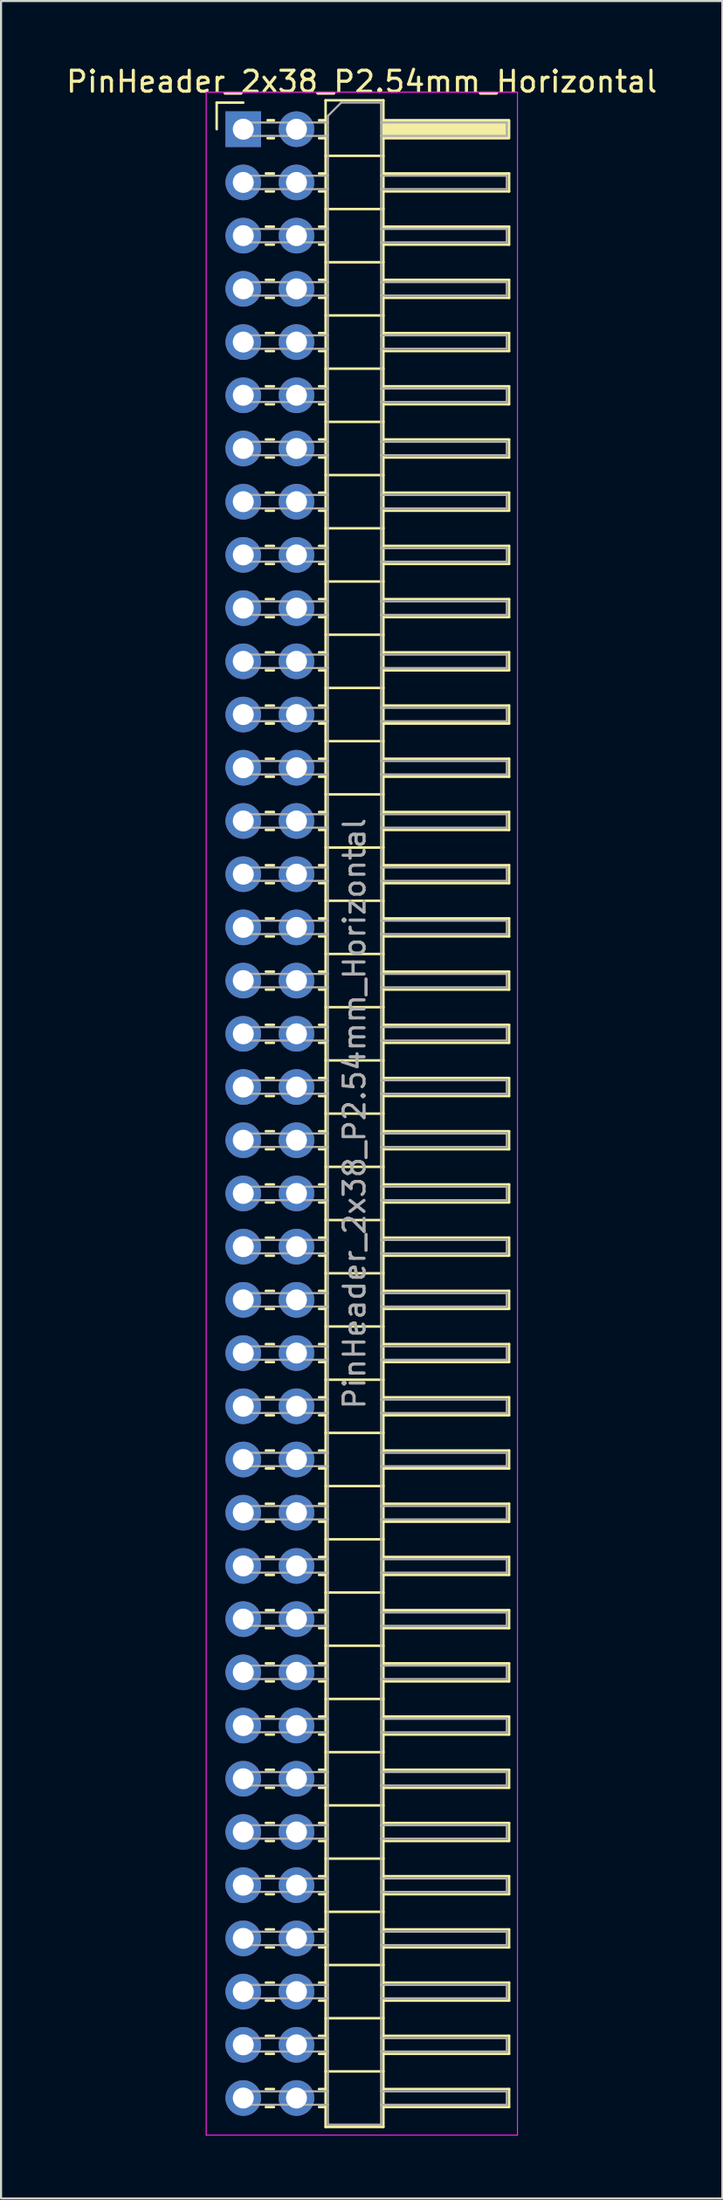
<source format=kicad_pcb>
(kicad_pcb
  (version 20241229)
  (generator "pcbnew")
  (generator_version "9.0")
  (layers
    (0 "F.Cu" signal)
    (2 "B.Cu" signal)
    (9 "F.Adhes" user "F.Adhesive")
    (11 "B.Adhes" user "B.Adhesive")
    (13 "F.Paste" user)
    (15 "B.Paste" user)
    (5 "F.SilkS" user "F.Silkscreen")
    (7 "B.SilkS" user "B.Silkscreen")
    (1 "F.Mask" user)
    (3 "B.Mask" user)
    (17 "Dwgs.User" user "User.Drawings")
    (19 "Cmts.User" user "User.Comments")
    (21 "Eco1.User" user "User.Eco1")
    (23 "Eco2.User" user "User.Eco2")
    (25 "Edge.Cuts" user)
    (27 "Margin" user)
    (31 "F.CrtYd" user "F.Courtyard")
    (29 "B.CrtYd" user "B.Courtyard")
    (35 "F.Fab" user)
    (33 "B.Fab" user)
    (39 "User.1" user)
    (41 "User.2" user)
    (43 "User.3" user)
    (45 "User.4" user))
  (footprint "PinHeader_2x38_P2.54mm_Horizontal"
    (layer "F.Cu")
    (at 8.565 3.118)
    (property "Reference" "PinHeader_2x38_P2.54mm_Horizontal" (at 5.655 -2.27 0) (layer "F.SilkS") (effects (font (size 1 1) (thickness 0.15))))
    (attr through_hole)
    (fp_line (start -1.27 -1.27) (end 0 -1.27) (stroke (width 0.12) (type solid)) (layer "F.SilkS"))
    (fp_line (start -1.27 0) (end -1.27 -1.27) (stroke (width 0.12) (type solid)) (layer "F.SilkS"))
    (fp_line (start 1.077 2.11) (end 1.463 2.11) (stroke (width 0.12) (type solid)) (layer "F.SilkS"))
    (fp_line (start 1.077 2.97) (end 1.463 2.97) (stroke (width 0.12) (type solid)) (layer "F.SilkS"))
    (fp_line (start 1.077 4.65) (end 1.463 4.65) (stroke (width 0.12) (type solid)) (layer "F.SilkS"))
    (fp_line (start 1.077 5.51) (end 1.463 5.51) (stroke (width 0.12) (type solid)) (layer "F.SilkS"))
    (fp_line (start 1.077 7.19) (end 1.463 7.19) (stroke (width 0.12) (type solid)) (layer "F.SilkS"))
    (fp_line (start 1.077 8.05) (end 1.463 8.05) (stroke (width 0.12) (type solid)) (layer "F.SilkS"))
    (fp_line (start 1.077 9.73) (end 1.463 9.73) (stroke (width 0.12) (type solid)) (layer "F.SilkS"))
    (fp_line (start 1.077 10.59) (end 1.463 10.59) (stroke (width 0.12) (type solid)) (layer "F.SilkS"))
    (fp_line (start 1.077 12.27) (end 1.463 12.27) (stroke (width 0.12) (type solid)) (layer "F.SilkS"))
    (fp_line (start 1.077 13.13) (end 1.463 13.13) (stroke (width 0.12) (type solid)) (layer "F.SilkS"))
    (fp_line (start 1.077 14.81) (end 1.463 14.81) (stroke (width 0.12) (type solid)) (layer "F.SilkS"))
    (fp_line (start 1.077 15.67) (end 1.463 15.67) (stroke (width 0.12) (type solid)) (layer "F.SilkS"))
    (fp_line (start 1.077 17.35) (end 1.463 17.35) (stroke (width 0.12) (type solid)) (layer "F.SilkS"))
    (fp_line (start 1.077 18.21) (end 1.463 18.21) (stroke (width 0.12) (type solid)) (layer "F.SilkS"))
    (fp_line (start 1.077 19.89) (end 1.463 19.89) (stroke (width 0.12) (type solid)) (layer "F.SilkS"))
    (fp_line (start 1.077 20.75) (end 1.463 20.75) (stroke (width 0.12) (type solid)) (layer "F.SilkS"))
    (fp_line (start 1.077 22.43) (end 1.463 22.43) (stroke (width 0.12) (type solid)) (layer "F.SilkS"))
    (fp_line (start 1.077 23.29) (end 1.463 23.29) (stroke (width 0.12) (type solid)) (layer "F.SilkS"))
    (fp_line (start 1.077 24.97) (end 1.463 24.97) (stroke (width 0.12) (type solid)) (layer "F.SilkS"))
    (fp_line (start 1.077 25.83) (end 1.463 25.83) (stroke (width 0.12) (type solid)) (layer "F.SilkS"))
    (fp_line (start 1.077 27.51) (end 1.463 27.51) (stroke (width 0.12) (type solid)) (layer "F.SilkS"))
    (fp_line (start 1.077 28.37) (end 1.463 28.37) (stroke (width 0.12) (type solid)) (layer "F.SilkS"))
    (fp_line (start 1.077 30.05) (end 1.463 30.05) (stroke (width 0.12) (type solid)) (layer "F.SilkS"))
    (fp_line (start 1.077 30.91) (end 1.463 30.91) (stroke (width 0.12) (type solid)) (layer "F.SilkS"))
    (fp_line (start 1.077 32.59) (end 1.463 32.59) (stroke (width 0.12) (type solid)) (layer "F.SilkS"))
    (fp_line (start 1.077 33.45) (end 1.463 33.45) (stroke (width 0.12) (type solid)) (layer "F.SilkS"))
    (fp_line (start 1.077 35.13) (end 1.463 35.13) (stroke (width 0.12) (type solid)) (layer "F.SilkS"))
    (fp_line (start 1.077 35.99) (end 1.463 35.99) (stroke (width 0.12) (type solid)) (layer "F.SilkS"))
    (fp_line (start 1.077 37.67) (end 1.463 37.67) (stroke (width 0.12) (type solid)) (layer "F.SilkS"))
    (fp_line (start 1.077 38.53) (end 1.463 38.53) (stroke (width 0.12) (type solid)) (layer "F.SilkS"))
    (fp_line (start 1.077 40.21) (end 1.463 40.21) (stroke (width 0.12) (type solid)) (layer "F.SilkS"))
    (fp_line (start 1.077 41.07) (end 1.463 41.07) (stroke (width 0.12) (type solid)) (layer "F.SilkS"))
    (fp_line (start 1.077 42.75) (end 1.463 42.75) (stroke (width 0.12) (type solid)) (layer "F.SilkS"))
    (fp_line (start 1.077 43.61) (end 1.463 43.61) (stroke (width 0.12) (type solid)) (layer "F.SilkS"))
    (fp_line (start 1.077 45.29) (end 1.463 45.29) (stroke (width 0.12) (type solid)) (layer "F.SilkS"))
    (fp_line (start 1.077 46.15) (end 1.463 46.15) (stroke (width 0.12) (type solid)) (layer "F.SilkS"))
    (fp_line (start 1.077 47.83) (end 1.463 47.83) (stroke (width 0.12) (type solid)) (layer "F.SilkS"))
    (fp_line (start 1.077 48.69) (end 1.463 48.69) (stroke (width 0.12) (type solid)) (layer "F.SilkS"))
    (fp_line (start 1.077 50.37) (end 1.463 50.37) (stroke (width 0.12) (type solid)) (layer "F.SilkS"))
    (fp_line (start 1.077 51.23) (end 1.463 51.23) (stroke (width 0.12) (type solid)) (layer "F.SilkS"))
    (fp_line (start 1.077 52.91) (end 1.463 52.91) (stroke (width 0.12) (type solid)) (layer "F.SilkS"))
    (fp_line (start 1.077 53.77) (end 1.463 53.77) (stroke (width 0.12) (type solid)) (layer "F.SilkS"))
    (fp_line (start 1.077 55.45) (end 1.463 55.45) (stroke (width 0.12) (type solid)) (layer "F.SilkS"))
    (fp_line (start 1.077 56.31) (end 1.463 56.31) (stroke (width 0.12) (type solid)) (layer "F.SilkS"))
    (fp_line (start 1.077 57.99) (end 1.463 57.99) (stroke (width 0.12) (type solid)) (layer "F.SilkS"))
    (fp_line (start 1.077 58.85) (end 1.463 58.85) (stroke (width 0.12) (type solid)) (layer "F.SilkS"))
    (fp_line (start 1.077 60.53) (end 1.463 60.53) (stroke (width 0.12) (type solid)) (layer "F.SilkS"))
    (fp_line (start 1.077 61.39) (end 1.463 61.39) (stroke (width 0.12) (type solid)) (layer "F.SilkS"))
    (fp_line (start 1.077 63.07) (end 1.463 63.07) (stroke (width 0.12) (type solid)) (layer "F.SilkS"))
    (fp_line (start 1.077 63.93) (end 1.463 63.93) (stroke (width 0.12) (type solid)) (layer "F.SilkS"))
    (fp_line (start 1.077 65.61) (end 1.463 65.61) (stroke (width 0.12) (type solid)) (layer "F.SilkS"))
    (fp_line (start 1.077 66.47) (end 1.463 66.47) (stroke (width 0.12) (type solid)) (layer "F.SilkS"))
    (fp_line (start 1.077 68.15) (end 1.463 68.15) (stroke (width 0.12) (type solid)) (layer "F.SilkS"))
    (fp_line (start 1.077 69.01) (end 1.463 69.01) (stroke (width 0.12) (type solid)) (layer "F.SilkS"))
    (fp_line (start 1.077 70.69) (end 1.463 70.69) (stroke (width 0.12) (type solid)) (layer "F.SilkS"))
    (fp_line (start 1.077 71.55) (end 1.463 71.55) (stroke (width 0.12) (type solid)) (layer "F.SilkS"))
    (fp_line (start 1.077 73.23) (end 1.463 73.23) (stroke (width 0.12) (type solid)) (layer "F.SilkS"))
    (fp_line (start 1.077 74.09) (end 1.463 74.09) (stroke (width 0.12) (type solid)) (layer "F.SilkS"))
    (fp_line (start 1.077 75.77) (end 1.463 75.77) (stroke (width 0.12) (type solid)) (layer "F.SilkS"))
    (fp_line (start 1.077 76.63) (end 1.463 76.63) (stroke (width 0.12) (type solid)) (layer "F.SilkS"))
    (fp_line (start 1.077 78.31) (end 1.463 78.31) (stroke (width 0.12) (type solid)) (layer "F.SilkS"))
    (fp_line (start 1.077 79.17) (end 1.463 79.17) (stroke (width 0.12) (type solid)) (layer "F.SilkS"))
    (fp_line (start 1.077 80.85) (end 1.463 80.85) (stroke (width 0.12) (type solid)) (layer "F.SilkS"))
    (fp_line (start 1.077 81.71) (end 1.463 81.71) (stroke (width 0.12) (type solid)) (layer "F.SilkS"))
    (fp_line (start 1.077 83.39) (end 1.463 83.39) (stroke (width 0.12) (type solid)) (layer "F.SilkS"))
    (fp_line (start 1.077 84.25) (end 1.463 84.25) (stroke (width 0.12) (type solid)) (layer "F.SilkS"))
    (fp_line (start 1.077 85.93) (end 1.463 85.93) (stroke (width 0.12) (type solid)) (layer "F.SilkS"))
    (fp_line (start 1.077 86.79) (end 1.463 86.79) (stroke (width 0.12) (type solid)) (layer "F.SilkS"))
    (fp_line (start 1.077 88.47) (end 1.463 88.47) (stroke (width 0.12) (type solid)) (layer "F.SilkS"))
    (fp_line (start 1.077 89.33) (end 1.463 89.33) (stroke (width 0.12) (type solid)) (layer "F.SilkS"))
    (fp_line (start 1.077 91.01) (end 1.463 91.01) (stroke (width 0.12) (type solid)) (layer "F.SilkS"))
    (fp_line (start 1.077 91.87) (end 1.463 91.87) (stroke (width 0.12) (type solid)) (layer "F.SilkS"))
    (fp_line (start 1.077 93.55) (end 1.463 93.55) (stroke (width 0.12) (type solid)) (layer "F.SilkS"))
    (fp_line (start 1.077 94.41) (end 1.463 94.41) (stroke (width 0.12) (type solid)) (layer "F.SilkS"))
    (fp_line (start 1.16 -0.43) (end 1.463 -0.43) (stroke (width 0.12) (type solid)) (layer "F.SilkS"))
    (fp_line (start 1.16 0.43) (end 1.463 0.43) (stroke (width 0.12) (type solid)) (layer "F.SilkS"))
    (fp_line (start 3.617 -0.43) (end 3.93 -0.43) (stroke (width 0.12) (type solid)) (layer "F.SilkS"))
    (fp_line (start 3.617 0.43) (end 3.93 0.43) (stroke (width 0.12) (type solid)) (layer "F.SilkS"))
    (fp_line (start 3.617 2.11) (end 3.93 2.11) (stroke (width 0.12) (type solid)) (layer "F.SilkS"))
    (fp_line (start 3.617 2.97) (end 3.93 2.97) (stroke (width 0.12) (type solid)) (layer "F.SilkS"))
    (fp_line (start 3.617 4.65) (end 3.93 4.65) (stroke (width 0.12) (type solid)) (layer "F.SilkS"))
    (fp_line (start 3.617 5.51) (end 3.93 5.51) (stroke (width 0.12) (type solid)) (layer "F.SilkS"))
    (fp_line (start 3.617 7.19) (end 3.93 7.19) (stroke (width 0.12) (type solid)) (layer "F.SilkS"))
    (fp_line (start 3.617 8.05) (end 3.93 8.05) (stroke (width 0.12) (type solid)) (layer "F.SilkS"))
    (fp_line (start 3.617 9.73) (end 3.93 9.73) (stroke (width 0.12) (type solid)) (layer "F.SilkS"))
    (fp_line (start 3.617 10.59) (end 3.93 10.59) (stroke (width 0.12) (type solid)) (layer "F.SilkS"))
    (fp_line (start 3.617 12.27) (end 3.93 12.27) (stroke (width 0.12) (type solid)) (layer "F.SilkS"))
    (fp_line (start 3.617 13.13) (end 3.93 13.13) (stroke (width 0.12) (type solid)) (layer "F.SilkS"))
    (fp_line (start 3.617 14.81) (end 3.93 14.81) (stroke (width 0.12) (type solid)) (layer "F.SilkS"))
    (fp_line (start 3.617 15.67) (end 3.93 15.67) (stroke (width 0.12) (type solid)) (layer "F.SilkS"))
    (fp_line (start 3.617 17.35) (end 3.93 17.35) (stroke (width 0.12) (type solid)) (layer "F.SilkS"))
    (fp_line (start 3.617 18.21) (end 3.93 18.21) (stroke (width 0.12) (type solid)) (layer "F.SilkS"))
    (fp_line (start 3.617 19.89) (end 3.93 19.89) (stroke (width 0.12) (type solid)) (layer "F.SilkS"))
    (fp_line (start 3.617 20.75) (end 3.93 20.75) (stroke (width 0.12) (type solid)) (layer "F.SilkS"))
    (fp_line (start 3.617 22.43) (end 3.93 22.43) (stroke (width 0.12) (type solid)) (layer "F.SilkS"))
    (fp_line (start 3.617 23.29) (end 3.93 23.29) (stroke (width 0.12) (type solid)) (layer "F.SilkS"))
    (fp_line (start 3.617 24.97) (end 3.93 24.97) (stroke (width 0.12) (type solid)) (layer "F.SilkS"))
    (fp_line (start 3.617 25.83) (end 3.93 25.83) (stroke (width 0.12) (type solid)) (layer "F.SilkS"))
    (fp_line (start 3.617 27.51) (end 3.93 27.51) (stroke (width 0.12) (type solid)) (layer "F.SilkS"))
    (fp_line (start 3.617 28.37) (end 3.93 28.37) (stroke (width 0.12) (type solid)) (layer "F.SilkS"))
    (fp_line (start 3.617 30.05) (end 3.93 30.05) (stroke (width 0.12) (type solid)) (layer "F.SilkS"))
    (fp_line (start 3.617 30.91) (end 3.93 30.91) (stroke (width 0.12) (type solid)) (layer "F.SilkS"))
    (fp_line (start 3.617 32.59) (end 3.93 32.59) (stroke (width 0.12) (type solid)) (layer "F.SilkS"))
    (fp_line (start 3.617 33.45) (end 3.93 33.45) (stroke (width 0.12) (type solid)) (layer "F.SilkS"))
    (fp_line (start 3.617 35.13) (end 3.93 35.13) (stroke (width 0.12) (type solid)) (layer "F.SilkS"))
    (fp_line (start 3.617 35.99) (end 3.93 35.99) (stroke (width 0.12) (type solid)) (layer "F.SilkS"))
    (fp_line (start 3.617 37.67) (end 3.93 37.67) (stroke (width 0.12) (type solid)) (layer "F.SilkS"))
    (fp_line (start 3.617 38.53) (end 3.93 38.53) (stroke (width 0.12) (type solid)) (layer "F.SilkS"))
    (fp_line (start 3.617 40.21) (end 3.93 40.21) (stroke (width 0.12) (type solid)) (layer "F.SilkS"))
    (fp_line (start 3.617 41.07) (end 3.93 41.07) (stroke (width 0.12) (type solid)) (layer "F.SilkS"))
    (fp_line (start 3.617 42.75) (end 3.93 42.75) (stroke (width 0.12) (type solid)) (layer "F.SilkS"))
    (fp_line (start 3.617 43.61) (end 3.93 43.61) (stroke (width 0.12) (type solid)) (layer "F.SilkS"))
    (fp_line (start 3.617 45.29) (end 3.93 45.29) (stroke (width 0.12) (type solid)) (layer "F.SilkS"))
    (fp_line (start 3.617 46.15) (end 3.93 46.15) (stroke (width 0.12) (type solid)) (layer "F.SilkS"))
    (fp_line (start 3.617 47.83) (end 3.93 47.83) (stroke (width 0.12) (type solid)) (layer "F.SilkS"))
    (fp_line (start 3.617 48.69) (end 3.93 48.69) (stroke (width 0.12) (type solid)) (layer "F.SilkS"))
    (fp_line (start 3.617 50.37) (end 3.93 50.37) (stroke (width 0.12) (type solid)) (layer "F.SilkS"))
    (fp_line (start 3.617 51.23) (end 3.93 51.23) (stroke (width 0.12) (type solid)) (layer "F.SilkS"))
    (fp_line (start 3.617 52.91) (end 3.93 52.91) (stroke (width 0.12) (type solid)) (layer "F.SilkS"))
    (fp_line (start 3.617 53.77) (end 3.93 53.77) (stroke (width 0.12) (type solid)) (layer "F.SilkS"))
    (fp_line (start 3.617 55.45) (end 3.93 55.45) (stroke (width 0.12) (type solid)) (layer "F.SilkS"))
    (fp_line (start 3.617 56.31) (end 3.93 56.31) (stroke (width 0.12) (type solid)) (layer "F.SilkS"))
    (fp_line (start 3.617 57.99) (end 3.93 57.99) (stroke (width 0.12) (type solid)) (layer "F.SilkS"))
    (fp_line (start 3.617 58.85) (end 3.93 58.85) (stroke (width 0.12) (type solid)) (layer "F.SilkS"))
    (fp_line (start 3.617 60.53) (end 3.93 60.53) (stroke (width 0.12) (type solid)) (layer "F.SilkS"))
    (fp_line (start 3.617 61.39) (end 3.93 61.39) (stroke (width 0.12) (type solid)) (layer "F.SilkS"))
    (fp_line (start 3.617 63.07) (end 3.93 63.07) (stroke (width 0.12) (type solid)) (layer "F.SilkS"))
    (fp_line (start 3.617 63.93) (end 3.93 63.93) (stroke (width 0.12) (type solid)) (layer "F.SilkS"))
    (fp_line (start 3.617 65.61) (end 3.93 65.61) (stroke (width 0.12) (type solid)) (layer "F.SilkS"))
    (fp_line (start 3.617 66.47) (end 3.93 66.47) (stroke (width 0.12) (type solid)) (layer "F.SilkS"))
    (fp_line (start 3.617 68.15) (end 3.93 68.15) (stroke (width 0.12) (type solid)) (layer "F.SilkS"))
    (fp_line (start 3.617 69.01) (end 3.93 69.01) (stroke (width 0.12) (type solid)) (layer "F.SilkS"))
    (fp_line (start 3.617 70.69) (end 3.93 70.69) (stroke (width 0.12) (type solid)) (layer "F.SilkS"))
    (fp_line (start 3.617 71.55) (end 3.93 71.55) (stroke (width 0.12) (type solid)) (layer "F.SilkS"))
    (fp_line (start 3.617 73.23) (end 3.93 73.23) (stroke (width 0.12) (type solid)) (layer "F.SilkS"))
    (fp_line (start 3.617 74.09) (end 3.93 74.09) (stroke (width 0.12) (type solid)) (layer "F.SilkS"))
    (fp_line (start 3.617 75.77) (end 3.93 75.77) (stroke (width 0.12) (type solid)) (layer "F.SilkS"))
    (fp_line (start 3.617 76.63) (end 3.93 76.63) (stroke (width 0.12) (type solid)) (layer "F.SilkS"))
    (fp_line (start 3.617 78.31) (end 3.93 78.31) (stroke (width 0.12) (type solid)) (layer "F.SilkS"))
    (fp_line (start 3.617 79.17) (end 3.93 79.17) (stroke (width 0.12) (type solid)) (layer "F.SilkS"))
    (fp_line (start 3.617 80.85) (end 3.93 80.85) (stroke (width 0.12) (type solid)) (layer "F.SilkS"))
    (fp_line (start 3.617 81.71) (end 3.93 81.71) (stroke (width 0.12) (type solid)) (layer "F.SilkS"))
    (fp_line (start 3.617 83.39) (end 3.93 83.39) (stroke (width 0.12) (type solid)) (layer "F.SilkS"))
    (fp_line (start 3.617 84.25) (end 3.93 84.25) (stroke (width 0.12) (type solid)) (layer "F.SilkS"))
    (fp_line (start 3.617 85.93) (end 3.93 85.93) (stroke (width 0.12) (type solid)) (layer "F.SilkS"))
    (fp_line (start 3.617 86.79) (end 3.93 86.79) (stroke (width 0.12) (type solid)) (layer "F.SilkS"))
    (fp_line (start 3.617 88.47) (end 3.93 88.47) (stroke (width 0.12) (type solid)) (layer "F.SilkS"))
    (fp_line (start 3.617 89.33) (end 3.93 89.33) (stroke (width 0.12) (type solid)) (layer "F.SilkS"))
    (fp_line (start 3.617 91.01) (end 3.93 91.01) (stroke (width 0.12) (type solid)) (layer "F.SilkS"))
    (fp_line (start 3.617 91.87) (end 3.93 91.87) (stroke (width 0.12) (type solid)) (layer "F.SilkS"))
    (fp_line (start 3.617 93.55) (end 3.93 93.55) (stroke (width 0.12) (type solid)) (layer "F.SilkS"))
    (fp_line (start 3.617 94.41) (end 3.93 94.41) (stroke (width 0.12) (type solid)) (layer "F.SilkS"))
    (fp_line (start 3.93 -1.38) (end 3.93 95.36) (stroke (width 0.12) (type solid)) (layer "F.SilkS"))
    (fp_line (start 3.93 1.27) (end 6.69 1.27) (stroke (width 0.12) (type solid)) (layer "F.SilkS"))
    (fp_line (start 3.93 3.81) (end 6.69 3.81) (stroke (width 0.12) (type solid)) (layer "F.SilkS"))
    (fp_line (start 3.93 6.35) (end 6.69 6.35) (stroke (width 0.12) (type solid)) (layer "F.SilkS"))
    (fp_line (start 3.93 8.89) (end 6.69 8.89) (stroke (width 0.12) (type solid)) (layer "F.SilkS"))
    (fp_line (start 3.93 11.43) (end 6.69 11.43) (stroke (width 0.12) (type solid)) (layer "F.SilkS"))
    (fp_line (start 3.93 13.97) (end 6.69 13.97) (stroke (width 0.12) (type solid)) (layer "F.SilkS"))
    (fp_line (start 3.93 16.51) (end 6.69 16.51) (stroke (width 0.12) (type solid)) (layer "F.SilkS"))
    (fp_line (start 3.93 19.05) (end 6.69 19.05) (stroke (width 0.12) (type solid)) (layer "F.SilkS"))
    (fp_line (start 3.93 21.59) (end 6.69 21.59) (stroke (width 0.12) (type solid)) (layer "F.SilkS"))
    (fp_line (start 3.93 24.13) (end 6.69 24.13) (stroke (width 0.12) (type solid)) (layer "F.SilkS"))
    (fp_line (start 3.93 26.67) (end 6.69 26.67) (stroke (width 0.12) (type solid)) (layer "F.SilkS"))
    (fp_line (start 3.93 29.21) (end 6.69 29.21) (stroke (width 0.12) (type solid)) (layer "F.SilkS"))
    (fp_line (start 3.93 31.75) (end 6.69 31.75) (stroke (width 0.12) (type solid)) (layer "F.SilkS"))
    (fp_line (start 3.93 34.29) (end 6.69 34.29) (stroke (width 0.12) (type solid)) (layer "F.SilkS"))
    (fp_line (start 3.93 36.83) (end 6.69 36.83) (stroke (width 0.12) (type solid)) (layer "F.SilkS"))
    (fp_line (start 3.93 39.37) (end 6.69 39.37) (stroke (width 0.12) (type solid)) (layer "F.SilkS"))
    (fp_line (start 3.93 41.91) (end 6.69 41.91) (stroke (width 0.12) (type solid)) (layer "F.SilkS"))
    (fp_line (start 3.93 44.45) (end 6.69 44.45) (stroke (width 0.12) (type solid)) (layer "F.SilkS"))
    (fp_line (start 3.93 46.99) (end 6.69 46.99) (stroke (width 0.12) (type solid)) (layer "F.SilkS"))
    (fp_line (start 3.93 49.53) (end 6.69 49.53) (stroke (width 0.12) (type solid)) (layer "F.SilkS"))
    (fp_line (start 3.93 52.07) (end 6.69 52.07) (stroke (width 0.12) (type solid)) (layer "F.SilkS"))
    (fp_line (start 3.93 54.61) (end 6.69 54.61) (stroke (width 0.12) (type solid)) (layer "F.SilkS"))
    (fp_line (start 3.93 57.15) (end 6.69 57.15) (stroke (width 0.12) (type solid)) (layer "F.SilkS"))
    (fp_line (start 3.93 59.69) (end 6.69 59.69) (stroke (width 0.12) (type solid)) (layer "F.SilkS"))
    (fp_line (start 3.93 62.23) (end 6.69 62.23) (stroke (width 0.12) (type solid)) (layer "F.SilkS"))
    (fp_line (start 3.93 64.77) (end 6.69 64.77) (stroke (width 0.12) (type solid)) (layer "F.SilkS"))
    (fp_line (start 3.93 67.31) (end 6.69 67.31) (stroke (width 0.12) (type solid)) (layer "F.SilkS"))
    (fp_line (start 3.93 69.85) (end 6.69 69.85) (stroke (width 0.12) (type solid)) (layer "F.SilkS"))
    (fp_line (start 3.93 72.39) (end 6.69 72.39) (stroke (width 0.12) (type solid)) (layer "F.SilkS"))
    (fp_line (start 3.93 74.93) (end 6.69 74.93) (stroke (width 0.12) (type solid)) (layer "F.SilkS"))
    (fp_line (start 3.93 77.47) (end 6.69 77.47) (stroke (width 0.12) (type solid)) (layer "F.SilkS"))
    (fp_line (start 3.93 80.01) (end 6.69 80.01) (stroke (width 0.12) (type solid)) (layer "F.SilkS"))
    (fp_line (start 3.93 82.55) (end 6.69 82.55) (stroke (width 0.12) (type solid)) (layer "F.SilkS"))
    (fp_line (start 3.93 85.09) (end 6.69 85.09) (stroke (width 0.12) (type solid)) (layer "F.SilkS"))
    (fp_line (start 3.93 87.63) (end 6.69 87.63) (stroke (width 0.12) (type solid)) (layer "F.SilkS"))
    (fp_line (start 3.93 90.17) (end 6.69 90.17) (stroke (width 0.12) (type solid)) (layer "F.SilkS"))
    (fp_line (start 3.93 92.71) (end 6.69 92.71) (stroke (width 0.12) (type solid)) (layer "F.SilkS"))
    (fp_line (start 3.93 95.36) (end 6.69 95.36) (stroke (width 0.12) (type solid)) (layer "F.SilkS"))
    (fp_line (start 6.69 -1.38) (end 3.93 -1.38) (stroke (width 0.12) (type solid)) (layer "F.SilkS"))
    (fp_line (start 6.69 2.11) (end 12.69 2.11) (stroke (width 0.12) (type solid)) (layer "F.SilkS"))
    (fp_line (start 6.69 4.65) (end 12.69 4.65) (stroke (width 0.12) (type solid)) (layer "F.SilkS"))
    (fp_line (start 6.69 7.19) (end 12.69 7.19) (stroke (width 0.12) (type solid)) (layer "F.SilkS"))
    (fp_line (start 6.69 9.73) (end 12.69 9.73) (stroke (width 0.12) (type solid)) (layer "F.SilkS"))
    (fp_line (start 6.69 12.27) (end 12.69 12.27) (stroke (width 0.12) (type solid)) (layer "F.SilkS"))
    (fp_line (start 6.69 14.81) (end 12.69 14.81) (stroke (width 0.12) (type solid)) (layer "F.SilkS"))
    (fp_line (start 6.69 17.35) (end 12.69 17.35) (stroke (width 0.12) (type solid)) (layer "F.SilkS"))
    (fp_line (start 6.69 19.89) (end 12.69 19.89) (stroke (width 0.12) (type solid)) (layer "F.SilkS"))
    (fp_line (start 6.69 22.43) (end 12.69 22.43) (stroke (width 0.12) (type solid)) (layer "F.SilkS"))
    (fp_line (start 6.69 24.97) (end 12.69 24.97) (stroke (width 0.12) (type solid)) (layer "F.SilkS"))
    (fp_line (start 6.69 27.51) (end 12.69 27.51) (stroke (width 0.12) (type solid)) (layer "F.SilkS"))
    (fp_line (start 6.69 30.05) (end 12.69 30.05) (stroke (width 0.12) (type solid)) (layer "F.SilkS"))
    (fp_line (start 6.69 32.59) (end 12.69 32.59) (stroke (width 0.12) (type solid)) (layer "F.SilkS"))
    (fp_line (start 6.69 35.13) (end 12.69 35.13) (stroke (width 0.12) (type solid)) (layer "F.SilkS"))
    (fp_line (start 6.69 37.67) (end 12.69 37.67) (stroke (width 0.12) (type solid)) (layer "F.SilkS"))
    (fp_line (start 6.69 40.21) (end 12.69 40.21) (stroke (width 0.12) (type solid)) (layer "F.SilkS"))
    (fp_line (start 6.69 42.75) (end 12.69 42.75) (stroke (width 0.12) (type solid)) (layer "F.SilkS"))
    (fp_line (start 6.69 45.29) (end 12.69 45.29) (stroke (width 0.12) (type solid)) (layer "F.SilkS"))
    (fp_line (start 6.69 47.83) (end 12.69 47.83) (stroke (width 0.12) (type solid)) (layer "F.SilkS"))
    (fp_line (start 6.69 50.37) (end 12.69 50.37) (stroke (width 0.12) (type solid)) (layer "F.SilkS"))
    (fp_line (start 6.69 52.91) (end 12.69 52.91) (stroke (width 0.12) (type solid)) (layer "F.SilkS"))
    (fp_line (start 6.69 55.45) (end 12.69 55.45) (stroke (width 0.12) (type solid)) (layer "F.SilkS"))
    (fp_line (start 6.69 57.99) (end 12.69 57.99) (stroke (width 0.12) (type solid)) (layer "F.SilkS"))
    (fp_line (start 6.69 60.53) (end 12.69 60.53) (stroke (width 0.12) (type solid)) (layer "F.SilkS"))
    (fp_line (start 6.69 63.07) (end 12.69 63.07) (stroke (width 0.12) (type solid)) (layer "F.SilkS"))
    (fp_line (start 6.69 65.61) (end 12.69 65.61) (stroke (width 0.12) (type solid)) (layer "F.SilkS"))
    (fp_line (start 6.69 68.15) (end 12.69 68.15) (stroke (width 0.12) (type solid)) (layer "F.SilkS"))
    (fp_line (start 6.69 70.69) (end 12.69 70.69) (stroke (width 0.12) (type solid)) (layer "F.SilkS"))
    (fp_line (start 6.69 73.23) (end 12.69 73.23) (stroke (width 0.12) (type solid)) (layer "F.SilkS"))
    (fp_line (start 6.69 75.77) (end 12.69 75.77) (stroke (width 0.12) (type solid)) (layer "F.SilkS"))
    (fp_line (start 6.69 78.31) (end 12.69 78.31) (stroke (width 0.12) (type solid)) (layer "F.SilkS"))
    (fp_line (start 6.69 80.85) (end 12.69 80.85) (stroke (width 0.12) (type solid)) (layer "F.SilkS"))
    (fp_line (start 6.69 83.39) (end 12.69 83.39) (stroke (width 0.12) (type solid)) (layer "F.SilkS"))
    (fp_line (start 6.69 85.93) (end 12.69 85.93) (stroke (width 0.12) (type solid)) (layer "F.SilkS"))
    (fp_line (start 6.69 88.47) (end 12.69 88.47) (stroke (width 0.12) (type solid)) (layer "F.SilkS"))
    (fp_line (start 6.69 91.01) (end 12.69 91.01) (stroke (width 0.12) (type solid)) (layer "F.SilkS"))
    (fp_line (start 6.69 93.55) (end 12.69 93.55) (stroke (width 0.12) (type solid)) (layer "F.SilkS"))
    (fp_line (start 6.69 95.36) (end 6.69 -1.38) (stroke (width 0.12) (type solid)) (layer "F.SilkS"))
    (fp_line (start 12.69 2.11) (end 12.69 2.97) (stroke (width 0.12) (type solid)) (layer "F.SilkS"))
    (fp_line (start 12.69 2.97) (end 6.69 2.97) (stroke (width 0.12) (type solid)) (layer "F.SilkS"))
    (fp_line (start 12.69 4.65) (end 12.69 5.51) (stroke (width 0.12) (type solid)) (layer "F.SilkS"))
    (fp_line (start 12.69 5.51) (end 6.69 5.51) (stroke (width 0.12) (type solid)) (layer "F.SilkS"))
    (fp_line (start 12.69 7.19) (end 12.69 8.05) (stroke (width 0.12) (type solid)) (layer "F.SilkS"))
    (fp_line (start 12.69 8.05) (end 6.69 8.05) (stroke (width 0.12) (type solid)) (layer "F.SilkS"))
    (fp_line (start 12.69 9.73) (end 12.69 10.59) (stroke (width 0.12) (type solid)) (layer "F.SilkS"))
    (fp_line (start 12.69 10.59) (end 6.69 10.59) (stroke (width 0.12) (type solid)) (layer "F.SilkS"))
    (fp_line (start 12.69 12.27) (end 12.69 13.13) (stroke (width 0.12) (type solid)) (layer "F.SilkS"))
    (fp_line (start 12.69 13.13) (end 6.69 13.13) (stroke (width 0.12) (type solid)) (layer "F.SilkS"))
    (fp_line (start 12.69 14.81) (end 12.69 15.67) (stroke (width 0.12) (type solid)) (layer "F.SilkS"))
    (fp_line (start 12.69 15.67) (end 6.69 15.67) (stroke (width 0.12) (type solid)) (layer "F.SilkS"))
    (fp_line (start 12.69 17.35) (end 12.69 18.21) (stroke (width 0.12) (type solid)) (layer "F.SilkS"))
    (fp_line (start 12.69 18.21) (end 6.69 18.21) (stroke (width 0.12) (type solid)) (layer "F.SilkS"))
    (fp_line (start 12.69 19.89) (end 12.69 20.75) (stroke (width 0.12) (type solid)) (layer "F.SilkS"))
    (fp_line (start 12.69 20.75) (end 6.69 20.75) (stroke (width 0.12) (type solid)) (layer "F.SilkS"))
    (fp_line (start 12.69 22.43) (end 12.69 23.29) (stroke (width 0.12) (type solid)) (layer "F.SilkS"))
    (fp_line (start 12.69 23.29) (end 6.69 23.29) (stroke (width 0.12) (type solid)) (layer "F.SilkS"))
    (fp_line (start 12.69 24.97) (end 12.69 25.83) (stroke (width 0.12) (type solid)) (layer "F.SilkS"))
    (fp_line (start 12.69 25.83) (end 6.69 25.83) (stroke (width 0.12) (type solid)) (layer "F.SilkS"))
    (fp_line (start 12.69 27.51) (end 12.69 28.37) (stroke (width 0.12) (type solid)) (layer "F.SilkS"))
    (fp_line (start 12.69 28.37) (end 6.69 28.37) (stroke (width 0.12) (type solid)) (layer "F.SilkS"))
    (fp_line (start 12.69 30.05) (end 12.69 30.91) (stroke (width 0.12) (type solid)) (layer "F.SilkS"))
    (fp_line (start 12.69 30.91) (end 6.69 30.91) (stroke (width 0.12) (type solid)) (layer "F.SilkS"))
    (fp_line (start 12.69 32.59) (end 12.69 33.45) (stroke (width 0.12) (type solid)) (layer "F.SilkS"))
    (fp_line (start 12.69 33.45) (end 6.69 33.45) (stroke (width 0.12) (type solid)) (layer "F.SilkS"))
    (fp_line (start 12.69 35.13) (end 12.69 35.99) (stroke (width 0.12) (type solid)) (layer "F.SilkS"))
    (fp_line (start 12.69 35.99) (end 6.69 35.99) (stroke (width 0.12) (type solid)) (layer "F.SilkS"))
    (fp_line (start 12.69 37.67) (end 12.69 38.53) (stroke (width 0.12) (type solid)) (layer "F.SilkS"))
    (fp_line (start 12.69 38.53) (end 6.69 38.53) (stroke (width 0.12) (type solid)) (layer "F.SilkS"))
    (fp_line (start 12.69 40.21) (end 12.69 41.07) (stroke (width 0.12) (type solid)) (layer "F.SilkS"))
    (fp_line (start 12.69 41.07) (end 6.69 41.07) (stroke (width 0.12) (type solid)) (layer "F.SilkS"))
    (fp_line (start 12.69 42.75) (end 12.69 43.61) (stroke (width 0.12) (type solid)) (layer "F.SilkS"))
    (fp_line (start 12.69 43.61) (end 6.69 43.61) (stroke (width 0.12) (type solid)) (layer "F.SilkS"))
    (fp_line (start 12.69 45.29) (end 12.69 46.15) (stroke (width 0.12) (type solid)) (layer "F.SilkS"))
    (fp_line (start 12.69 46.15) (end 6.69 46.15) (stroke (width 0.12) (type solid)) (layer "F.SilkS"))
    (fp_line (start 12.69 47.83) (end 12.69 48.69) (stroke (width 0.12) (type solid)) (layer "F.SilkS"))
    (fp_line (start 12.69 48.69) (end 6.69 48.69) (stroke (width 0.12) (type solid)) (layer "F.SilkS"))
    (fp_line (start 12.69 50.37) (end 12.69 51.23) (stroke (width 0.12) (type solid)) (layer "F.SilkS"))
    (fp_line (start 12.69 51.23) (end 6.69 51.23) (stroke (width 0.12) (type solid)) (layer "F.SilkS"))
    (fp_line (start 12.69 52.91) (end 12.69 53.77) (stroke (width 0.12) (type solid)) (layer "F.SilkS"))
    (fp_line (start 12.69 53.77) (end 6.69 53.77) (stroke (width 0.12) (type solid)) (layer "F.SilkS"))
    (fp_line (start 12.69 55.45) (end 12.69 56.31) (stroke (width 0.12) (type solid)) (layer "F.SilkS"))
    (fp_line (start 12.69 56.31) (end 6.69 56.31) (stroke (width 0.12) (type solid)) (layer "F.SilkS"))
    (fp_line (start 12.69 57.99) (end 12.69 58.85) (stroke (width 0.12) (type solid)) (layer "F.SilkS"))
    (fp_line (start 12.69 58.85) (end 6.69 58.85) (stroke (width 0.12) (type solid)) (layer "F.SilkS"))
    (fp_line (start 12.69 60.53) (end 12.69 61.39) (stroke (width 0.12) (type solid)) (layer "F.SilkS"))
    (fp_line (start 12.69 61.39) (end 6.69 61.39) (stroke (width 0.12) (type solid)) (layer "F.SilkS"))
    (fp_line (start 12.69 63.07) (end 12.69 63.93) (stroke (width 0.12) (type solid)) (layer "F.SilkS"))
    (fp_line (start 12.69 63.93) (end 6.69 63.93) (stroke (width 0.12) (type solid)) (layer "F.SilkS"))
    (fp_line (start 12.69 65.61) (end 12.69 66.47) (stroke (width 0.12) (type solid)) (layer "F.SilkS"))
    (fp_line (start 12.69 66.47) (end 6.69 66.47) (stroke (width 0.12) (type solid)) (layer "F.SilkS"))
    (fp_line (start 12.69 68.15) (end 12.69 69.01) (stroke (width 0.12) (type solid)) (layer "F.SilkS"))
    (fp_line (start 12.69 69.01) (end 6.69 69.01) (stroke (width 0.12) (type solid)) (layer "F.SilkS"))
    (fp_line (start 12.69 70.69) (end 12.69 71.55) (stroke (width 0.12) (type solid)) (layer "F.SilkS"))
    (fp_line (start 12.69 71.55) (end 6.69 71.55) (stroke (width 0.12) (type solid)) (layer "F.SilkS"))
    (fp_line (start 12.69 73.23) (end 12.69 74.09) (stroke (width 0.12) (type solid)) (layer "F.SilkS"))
    (fp_line (start 12.69 74.09) (end 6.69 74.09) (stroke (width 0.12) (type solid)) (layer "F.SilkS"))
    (fp_line (start 12.69 75.77) (end 12.69 76.63) (stroke (width 0.12) (type solid)) (layer "F.SilkS"))
    (fp_line (start 12.69 76.63) (end 6.69 76.63) (stroke (width 0.12) (type solid)) (layer "F.SilkS"))
    (fp_line (start 12.69 78.31) (end 12.69 79.17) (stroke (width 0.12) (type solid)) (layer "F.SilkS"))
    (fp_line (start 12.69 79.17) (end 6.69 79.17) (stroke (width 0.12) (type solid)) (layer "F.SilkS"))
    (fp_line (start 12.69 80.85) (end 12.69 81.71) (stroke (width 0.12) (type solid)) (layer "F.SilkS"))
    (fp_line (start 12.69 81.71) (end 6.69 81.71) (stroke (width 0.12) (type solid)) (layer "F.SilkS"))
    (fp_line (start 12.69 83.39) (end 12.69 84.25) (stroke (width 0.12) (type solid)) (layer "F.SilkS"))
    (fp_line (start 12.69 84.25) (end 6.69 84.25) (stroke (width 0.12) (type solid)) (layer "F.SilkS"))
    (fp_line (start 12.69 85.93) (end 12.69 86.79) (stroke (width 0.12) (type solid)) (layer "F.SilkS"))
    (fp_line (start 12.69 86.79) (end 6.69 86.79) (stroke (width 0.12) (type solid)) (layer "F.SilkS"))
    (fp_line (start 12.69 88.47) (end 12.69 89.33) (stroke (width 0.12) (type solid)) (layer "F.SilkS"))
    (fp_line (start 12.69 89.33) (end 6.69 89.33) (stroke (width 0.12) (type solid)) (layer "F.SilkS"))
    (fp_line (start 12.69 91.01) (end 12.69 91.87) (stroke (width 0.12) (type solid)) (layer "F.SilkS"))
    (fp_line (start 12.69 91.87) (end 6.69 91.87) (stroke (width 0.12) (type solid)) (layer "F.SilkS"))
    (fp_line (start 12.69 93.55) (end 12.69 94.41) (stroke (width 0.12) (type solid)) (layer "F.SilkS"))
    (fp_line (start 12.69 94.41) (end 6.69 94.41) (stroke (width 0.12) (type solid)) (layer "F.SilkS"))
    (fp_rect (start 6.69 -0.43) (end 12.69 0.43) (stroke (width 0.12) (type solid)) (fill yes) (layer "F.SilkS"))
    (fp_line (start -1.77 -1.77) (end -1.77 95.75) (stroke (width 0.05) (type solid)) (layer "F.CrtYd"))
    (fp_line (start -1.77 95.75) (end 13.09 95.75) (stroke (width 0.05) (type solid)) (layer "F.CrtYd"))
    (fp_line (start 13.09 -1.77) (end -1.77 -1.77) (stroke (width 0.05) (type solid)) (layer "F.CrtYd"))
    (fp_line (start 13.09 95.75) (end 13.09 -1.77) (stroke (width 0.05) (type solid)) (layer "F.CrtYd"))
    (fp_line (start -0.32 -0.32) (end -0.32 0.32) (stroke (width 0.1) (type solid)) (layer "F.Fab"))
    (fp_line (start -0.32 -0.32) (end 4.04 -0.32) (stroke (width 0.1) (type solid)) (layer "F.Fab"))
    (fp_line (start -0.32 0.32) (end 4.04 0.32) (stroke (width 0.1) (type solid)) (layer "F.Fab"))
    (fp_line (start -0.32 2.22) (end -0.32 2.86) (stroke (width 0.1) (type solid)) (layer "F.Fab"))
    (fp_line (start -0.32 2.22) (end 4.04 2.22) (stroke (width 0.1) (type solid)) (layer "F.Fab"))
    (fp_line (start -0.32 2.86) (end 4.04 2.86) (stroke (width 0.1) (type solid)) (layer "F.Fab"))
    (fp_line (start -0.32 4.76) (end -0.32 5.4) (stroke (width 0.1) (type solid)) (layer "F.Fab"))
    (fp_line (start -0.32 4.76) (end 4.04 4.76) (stroke (width 0.1) (type solid)) (layer "F.Fab"))
    (fp_line (start -0.32 5.4) (end 4.04 5.4) (stroke (width 0.1) (type solid)) (layer "F.Fab"))
    (fp_line (start -0.32 7.3) (end -0.32 7.94) (stroke (width 0.1) (type solid)) (layer "F.Fab"))
    (fp_line (start -0.32 7.3) (end 4.04 7.3) (stroke (width 0.1) (type solid)) (layer "F.Fab"))
    (fp_line (start -0.32 7.94) (end 4.04 7.94) (stroke (width 0.1) (type solid)) (layer "F.Fab"))
    (fp_line (start -0.32 9.84) (end -0.32 10.48) (stroke (width 0.1) (type solid)) (layer "F.Fab"))
    (fp_line (start -0.32 9.84) (end 4.04 9.84) (stroke (width 0.1) (type solid)) (layer "F.Fab"))
    (fp_line (start -0.32 10.48) (end 4.04 10.48) (stroke (width 0.1) (type solid)) (layer "F.Fab"))
    (fp_line (start -0.32 12.38) (end -0.32 13.02) (stroke (width 0.1) (type solid)) (layer "F.Fab"))
    (fp_line (start -0.32 12.38) (end 4.04 12.38) (stroke (width 0.1) (type solid)) (layer "F.Fab"))
    (fp_line (start -0.32 13.02) (end 4.04 13.02) (stroke (width 0.1) (type solid)) (layer "F.Fab"))
    (fp_line (start -0.32 14.92) (end -0.32 15.56) (stroke (width 0.1) (type solid)) (layer "F.Fab"))
    (fp_line (start -0.32 14.92) (end 4.04 14.92) (stroke (width 0.1) (type solid)) (layer "F.Fab"))
    (fp_line (start -0.32 15.56) (end 4.04 15.56) (stroke (width 0.1) (type solid)) (layer "F.Fab"))
    (fp_line (start -0.32 17.46) (end -0.32 18.1) (stroke (width 0.1) (type solid)) (layer "F.Fab"))
    (fp_line (start -0.32 17.46) (end 4.04 17.46) (stroke (width 0.1) (type solid)) (layer "F.Fab"))
    (fp_line (start -0.32 18.1) (end 4.04 18.1) (stroke (width 0.1) (type solid)) (layer "F.Fab"))
    (fp_line (start -0.32 20) (end -0.32 20.64) (stroke (width 0.1) (type solid)) (layer "F.Fab"))
    (fp_line (start -0.32 20) (end 4.04 20) (stroke (width 0.1) (type solid)) (layer "F.Fab"))
    (fp_line (start -0.32 20.64) (end 4.04 20.64) (stroke (width 0.1) (type solid)) (layer "F.Fab"))
    (fp_line (start -0.32 22.54) (end -0.32 23.18) (stroke (width 0.1) (type solid)) (layer "F.Fab"))
    (fp_line (start -0.32 22.54) (end 4.04 22.54) (stroke (width 0.1) (type solid)) (layer "F.Fab"))
    (fp_line (start -0.32 23.18) (end 4.04 23.18) (stroke (width 0.1) (type solid)) (layer "F.Fab"))
    (fp_line (start -0.32 25.08) (end -0.32 25.72) (stroke (width 0.1) (type solid)) (layer "F.Fab"))
    (fp_line (start -0.32 25.08) (end 4.04 25.08) (stroke (width 0.1) (type solid)) (layer "F.Fab"))
    (fp_line (start -0.32 25.72) (end 4.04 25.72) (stroke (width 0.1) (type solid)) (layer "F.Fab"))
    (fp_line (start -0.32 27.62) (end -0.32 28.26) (stroke (width 0.1) (type solid)) (layer "F.Fab"))
    (fp_line (start -0.32 27.62) (end 4.04 27.62) (stroke (width 0.1) (type solid)) (layer "F.Fab"))
    (fp_line (start -0.32 28.26) (end 4.04 28.26) (stroke (width 0.1) (type solid)) (layer "F.Fab"))
    (fp_line (start -0.32 30.16) (end -0.32 30.8) (stroke (width 0.1) (type solid)) (layer "F.Fab"))
    (fp_line (start -0.32 30.16) (end 4.04 30.16) (stroke (width 0.1) (type solid)) (layer "F.Fab"))
    (fp_line (start -0.32 30.8) (end 4.04 30.8) (stroke (width 0.1) (type solid)) (layer "F.Fab"))
    (fp_line (start -0.32 32.7) (end -0.32 33.34) (stroke (width 0.1) (type solid)) (layer "F.Fab"))
    (fp_line (start -0.32 32.7) (end 4.04 32.7) (stroke (width 0.1) (type solid)) (layer "F.Fab"))
    (fp_line (start -0.32 33.34) (end 4.04 33.34) (stroke (width 0.1) (type solid)) (layer "F.Fab"))
    (fp_line (start -0.32 35.24) (end -0.32 35.88) (stroke (width 0.1) (type solid)) (layer "F.Fab"))
    (fp_line (start -0.32 35.24) (end 4.04 35.24) (stroke (width 0.1) (type solid)) (layer "F.Fab"))
    (fp_line (start -0.32 35.88) (end 4.04 35.88) (stroke (width 0.1) (type solid)) (layer "F.Fab"))
    (fp_line (start -0.32 37.78) (end -0.32 38.42) (stroke (width 0.1) (type solid)) (layer "F.Fab"))
    (fp_line (start -0.32 37.78) (end 4.04 37.78) (stroke (width 0.1) (type solid)) (layer "F.Fab"))
    (fp_line (start -0.32 38.42) (end 4.04 38.42) (stroke (width 0.1) (type solid)) (layer "F.Fab"))
    (fp_line (start -0.32 40.32) (end -0.32 40.96) (stroke (width 0.1) (type solid)) (layer "F.Fab"))
    (fp_line (start -0.32 40.32) (end 4.04 40.32) (stroke (width 0.1) (type solid)) (layer "F.Fab"))
    (fp_line (start -0.32 40.96) (end 4.04 40.96) (stroke (width 0.1) (type solid)) (layer "F.Fab"))
    (fp_line (start -0.32 42.86) (end -0.32 43.5) (stroke (width 0.1) (type solid)) (layer "F.Fab"))
    (fp_line (start -0.32 42.86) (end 4.04 42.86) (stroke (width 0.1) (type solid)) (layer "F.Fab"))
    (fp_line (start -0.32 43.5) (end 4.04 43.5) (stroke (width 0.1) (type solid)) (layer "F.Fab"))
    (fp_line (start -0.32 45.4) (end -0.32 46.04) (stroke (width 0.1) (type solid)) (layer "F.Fab"))
    (fp_line (start -0.32 45.4) (end 4.04 45.4) (stroke (width 0.1) (type solid)) (layer "F.Fab"))
    (fp_line (start -0.32 46.04) (end 4.04 46.04) (stroke (width 0.1) (type solid)) (layer "F.Fab"))
    (fp_line (start -0.32 47.94) (end -0.32 48.58) (stroke (width 0.1) (type solid)) (layer "F.Fab"))
    (fp_line (start -0.32 47.94) (end 4.04 47.94) (stroke (width 0.1) (type solid)) (layer "F.Fab"))
    (fp_line (start -0.32 48.58) (end 4.04 48.58) (stroke (width 0.1) (type solid)) (layer "F.Fab"))
    (fp_line (start -0.32 50.48) (end -0.32 51.12) (stroke (width 0.1) (type solid)) (layer "F.Fab"))
    (fp_line (start -0.32 50.48) (end 4.04 50.48) (stroke (width 0.1) (type solid)) (layer "F.Fab"))
    (fp_line (start -0.32 51.12) (end 4.04 51.12) (stroke (width 0.1) (type solid)) (layer "F.Fab"))
    (fp_line (start -0.32 53.02) (end -0.32 53.66) (stroke (width 0.1) (type solid)) (layer "F.Fab"))
    (fp_line (start -0.32 53.02) (end 4.04 53.02) (stroke (width 0.1) (type solid)) (layer "F.Fab"))
    (fp_line (start -0.32 53.66) (end 4.04 53.66) (stroke (width 0.1) (type solid)) (layer "F.Fab"))
    (fp_line (start -0.32 55.56) (end -0.32 56.2) (stroke (width 0.1) (type solid)) (layer "F.Fab"))
    (fp_line (start -0.32 55.56) (end 4.04 55.56) (stroke (width 0.1) (type solid)) (layer "F.Fab"))
    (fp_line (start -0.32 56.2) (end 4.04 56.2) (stroke (width 0.1) (type solid)) (layer "F.Fab"))
    (fp_line (start -0.32 58.1) (end -0.32 58.74) (stroke (width 0.1) (type solid)) (layer "F.Fab"))
    (fp_line (start -0.32 58.1) (end 4.04 58.1) (stroke (width 0.1) (type solid)) (layer "F.Fab"))
    (fp_line (start -0.32 58.74) (end 4.04 58.74) (stroke (width 0.1) (type solid)) (layer "F.Fab"))
    (fp_line (start -0.32 60.64) (end -0.32 61.28) (stroke (width 0.1) (type solid)) (layer "F.Fab"))
    (fp_line (start -0.32 60.64) (end 4.04 60.64) (stroke (width 0.1) (type solid)) (layer "F.Fab"))
    (fp_line (start -0.32 61.28) (end 4.04 61.28) (stroke (width 0.1) (type solid)) (layer "F.Fab"))
    (fp_line (start -0.32 63.18) (end -0.32 63.82) (stroke (width 0.1) (type solid)) (layer "F.Fab"))
    (fp_line (start -0.32 63.18) (end 4.04 63.18) (stroke (width 0.1) (type solid)) (layer "F.Fab"))
    (fp_line (start -0.32 63.82) (end 4.04 63.82) (stroke (width 0.1) (type solid)) (layer "F.Fab"))
    (fp_line (start -0.32 65.72) (end -0.32 66.36) (stroke (width 0.1) (type solid)) (layer "F.Fab"))
    (fp_line (start -0.32 65.72) (end 4.04 65.72) (stroke (width 0.1) (type solid)) (layer "F.Fab"))
    (fp_line (start -0.32 66.36) (end 4.04 66.36) (stroke (width 0.1) (type solid)) (layer "F.Fab"))
    (fp_line (start -0.32 68.26) (end -0.32 68.9) (stroke (width 0.1) (type solid)) (layer "F.Fab"))
    (fp_line (start -0.32 68.26) (end 4.04 68.26) (stroke (width 0.1) (type solid)) (layer "F.Fab"))
    (fp_line (start -0.32 68.9) (end 4.04 68.9) (stroke (width 0.1) (type solid)) (layer "F.Fab"))
    (fp_line (start -0.32 70.8) (end -0.32 71.44) (stroke (width 0.1) (type solid)) (layer "F.Fab"))
    (fp_line (start -0.32 70.8) (end 4.04 70.8) (stroke (width 0.1) (type solid)) (layer "F.Fab"))
    (fp_line (start -0.32 71.44) (end 4.04 71.44) (stroke (width 0.1) (type solid)) (layer "F.Fab"))
    (fp_line (start -0.32 73.34) (end -0.32 73.98) (stroke (width 0.1) (type solid)) (layer "F.Fab"))
    (fp_line (start -0.32 73.34) (end 4.04 73.34) (stroke (width 0.1) (type solid)) (layer "F.Fab"))
    (fp_line (start -0.32 73.98) (end 4.04 73.98) (stroke (width 0.1) (type solid)) (layer "F.Fab"))
    (fp_line (start -0.32 75.88) (end -0.32 76.52) (stroke (width 0.1) (type solid)) (layer "F.Fab"))
    (fp_line (start -0.32 75.88) (end 4.04 75.88) (stroke (width 0.1) (type solid)) (layer "F.Fab"))
    (fp_line (start -0.32 76.52) (end 4.04 76.52) (stroke (width 0.1) (type solid)) (layer "F.Fab"))
    (fp_line (start -0.32 78.42) (end -0.32 79.06) (stroke (width 0.1) (type solid)) (layer "F.Fab"))
    (fp_line (start -0.32 78.42) (end 4.04 78.42) (stroke (width 0.1) (type solid)) (layer "F.Fab"))
    (fp_line (start -0.32 79.06) (end 4.04 79.06) (stroke (width 0.1) (type solid)) (layer "F.Fab"))
    (fp_line (start -0.32 80.96) (end -0.32 81.6) (stroke (width 0.1) (type solid)) (layer "F.Fab"))
    (fp_line (start -0.32 80.96) (end 4.04 80.96) (stroke (width 0.1) (type solid)) (layer "F.Fab"))
    (fp_line (start -0.32 81.6) (end 4.04 81.6) (stroke (width 0.1) (type solid)) (layer "F.Fab"))
    (fp_line (start -0.32 83.5) (end -0.32 84.14) (stroke (width 0.1) (type solid)) (layer "F.Fab"))
    (fp_line (start -0.32 83.5) (end 4.04 83.5) (stroke (width 0.1) (type solid)) (layer "F.Fab"))
    (fp_line (start -0.32 84.14) (end 4.04 84.14) (stroke (width 0.1) (type solid)) (layer "F.Fab"))
    (fp_line (start -0.32 86.04) (end -0.32 86.68) (stroke (width 0.1) (type solid)) (layer "F.Fab"))
    (fp_line (start -0.32 86.04) (end 4.04 86.04) (stroke (width 0.1) (type solid)) (layer "F.Fab"))
    (fp_line (start -0.32 86.68) (end 4.04 86.68) (stroke (width 0.1) (type solid)) (layer "F.Fab"))
    (fp_line (start -0.32 88.58) (end -0.32 89.22) (stroke (width 0.1) (type solid)) (layer "F.Fab"))
    (fp_line (start -0.32 88.58) (end 4.04 88.58) (stroke (width 0.1) (type solid)) (layer "F.Fab"))
    (fp_line (start -0.32 89.22) (end 4.04 89.22) (stroke (width 0.1) (type solid)) (layer "F.Fab"))
    (fp_line (start -0.32 91.12) (end -0.32 91.76) (stroke (width 0.1) (type solid)) (layer "F.Fab"))
    (fp_line (start -0.32 91.12) (end 4.04 91.12) (stroke (width 0.1) (type solid)) (layer "F.Fab"))
    (fp_line (start -0.32 91.76) (end 4.04 91.76) (stroke (width 0.1) (type solid)) (layer "F.Fab"))
    (fp_line (start -0.32 93.66) (end -0.32 94.3) (stroke (width 0.1) (type solid)) (layer "F.Fab"))
    (fp_line (start -0.32 93.66) (end 4.04 93.66) (stroke (width 0.1) (type solid)) (layer "F.Fab"))
    (fp_line (start -0.32 94.3) (end 4.04 94.3) (stroke (width 0.1) (type solid)) (layer "F.Fab"))
    (fp_line (start 4.04 -0.635) (end 4.675 -1.27) (stroke (width 0.1) (type solid)) (layer "F.Fab"))
    (fp_line (start 4.04 95.25) (end 4.04 -0.635) (stroke (width 0.1) (type solid)) (layer "F.Fab"))
    (fp_line (start 4.675 -1.27) (end 6.58 -1.27) (stroke (width 0.1) (type solid)) (layer "F.Fab"))
    (fp_line (start 6.58 -1.27) (end 6.58 95.25) (stroke (width 0.1) (type solid)) (layer "F.Fab"))
    (fp_line (start 6.58 -0.32) (end 12.58 -0.32) (stroke (width 0.1) (type solid)) (layer "F.Fab"))
    (fp_line (start 6.58 0.32) (end 12.58 0.32) (stroke (width 0.1) (type solid)) (layer "F.Fab"))
    (fp_line (start 6.58 2.22) (end 12.58 2.22) (stroke (width 0.1) (type solid)) (layer "F.Fab"))
    (fp_line (start 6.58 2.86) (end 12.58 2.86) (stroke (width 0.1) (type solid)) (layer "F.Fab"))
    (fp_line (start 6.58 4.76) (end 12.58 4.76) (stroke (width 0.1) (type solid)) (layer "F.Fab"))
    (fp_line (start 6.58 5.4) (end 12.58 5.4) (stroke (width 0.1) (type solid)) (layer "F.Fab"))
    (fp_line (start 6.58 7.3) (end 12.58 7.3) (stroke (width 0.1) (type solid)) (layer "F.Fab"))
    (fp_line (start 6.58 7.94) (end 12.58 7.94) (stroke (width 0.1) (type solid)) (layer "F.Fab"))
    (fp_line (start 6.58 9.84) (end 12.58 9.84) (stroke (width 0.1) (type solid)) (layer "F.Fab"))
    (fp_line (start 6.58 10.48) (end 12.58 10.48) (stroke (width 0.1) (type solid)) (layer "F.Fab"))
    (fp_line (start 6.58 12.38) (end 12.58 12.38) (stroke (width 0.1) (type solid)) (layer "F.Fab"))
    (fp_line (start 6.58 13.02) (end 12.58 13.02) (stroke (width 0.1) (type solid)) (layer "F.Fab"))
    (fp_line (start 6.58 14.92) (end 12.58 14.92) (stroke (width 0.1) (type solid)) (layer "F.Fab"))
    (fp_line (start 6.58 15.56) (end 12.58 15.56) (stroke (width 0.1) (type solid)) (layer "F.Fab"))
    (fp_line (start 6.58 17.46) (end 12.58 17.46) (stroke (width 0.1) (type solid)) (layer "F.Fab"))
    (fp_line (start 6.58 18.1) (end 12.58 18.1) (stroke (width 0.1) (type solid)) (layer "F.Fab"))
    (fp_line (start 6.58 20) (end 12.58 20) (stroke (width 0.1) (type solid)) (layer "F.Fab"))
    (fp_line (start 6.58 20.64) (end 12.58 20.64) (stroke (width 0.1) (type solid)) (layer "F.Fab"))
    (fp_line (start 6.58 22.54) (end 12.58 22.54) (stroke (width 0.1) (type solid)) (layer "F.Fab"))
    (fp_line (start 6.58 23.18) (end 12.58 23.18) (stroke (width 0.1) (type solid)) (layer "F.Fab"))
    (fp_line (start 6.58 25.08) (end 12.58 25.08) (stroke (width 0.1) (type solid)) (layer "F.Fab"))
    (fp_line (start 6.58 25.72) (end 12.58 25.72) (stroke (width 0.1) (type solid)) (layer "F.Fab"))
    (fp_line (start 6.58 27.62) (end 12.58 27.62) (stroke (width 0.1) (type solid)) (layer "F.Fab"))
    (fp_line (start 6.58 28.26) (end 12.58 28.26) (stroke (width 0.1) (type solid)) (layer "F.Fab"))
    (fp_line (start 6.58 30.16) (end 12.58 30.16) (stroke (width 0.1) (type solid)) (layer "F.Fab"))
    (fp_line (start 6.58 30.8) (end 12.58 30.8) (stroke (width 0.1) (type solid)) (layer "F.Fab"))
    (fp_line (start 6.58 32.7) (end 12.58 32.7) (stroke (width 0.1) (type solid)) (layer "F.Fab"))
    (fp_line (start 6.58 33.34) (end 12.58 33.34) (stroke (width 0.1) (type solid)) (layer "F.Fab"))
    (fp_line (start 6.58 35.24) (end 12.58 35.24) (stroke (width 0.1) (type solid)) (layer "F.Fab"))
    (fp_line (start 6.58 35.88) (end 12.58 35.88) (stroke (width 0.1) (type solid)) (layer "F.Fab"))
    (fp_line (start 6.58 37.78) (end 12.58 37.78) (stroke (width 0.1) (type solid)) (layer "F.Fab"))
    (fp_line (start 6.58 38.42) (end 12.58 38.42) (stroke (width 0.1) (type solid)) (layer "F.Fab"))
    (fp_line (start 6.58 40.32) (end 12.58 40.32) (stroke (width 0.1) (type solid)) (layer "F.Fab"))
    (fp_line (start 6.58 40.96) (end 12.58 40.96) (stroke (width 0.1) (type solid)) (layer "F.Fab"))
    (fp_line (start 6.58 42.86) (end 12.58 42.86) (stroke (width 0.1) (type solid)) (layer "F.Fab"))
    (fp_line (start 6.58 43.5) (end 12.58 43.5) (stroke (width 0.1) (type solid)) (layer "F.Fab"))
    (fp_line (start 6.58 45.4) (end 12.58 45.4) (stroke (width 0.1) (type solid)) (layer "F.Fab"))
    (fp_line (start 6.58 46.04) (end 12.58 46.04) (stroke (width 0.1) (type solid)) (layer "F.Fab"))
    (fp_line (start 6.58 47.94) (end 12.58 47.94) (stroke (width 0.1) (type solid)) (layer "F.Fab"))
    (fp_line (start 6.58 48.58) (end 12.58 48.58) (stroke (width 0.1) (type solid)) (layer "F.Fab"))
    (fp_line (start 6.58 50.48) (end 12.58 50.48) (stroke (width 0.1) (type solid)) (layer "F.Fab"))
    (fp_line (start 6.58 51.12) (end 12.58 51.12) (stroke (width 0.1) (type solid)) (layer "F.Fab"))
    (fp_line (start 6.58 53.02) (end 12.58 53.02) (stroke (width 0.1) (type solid)) (layer "F.Fab"))
    (fp_line (start 6.58 53.66) (end 12.58 53.66) (stroke (width 0.1) (type solid)) (layer "F.Fab"))
    (fp_line (start 6.58 55.56) (end 12.58 55.56) (stroke (width 0.1) (type solid)) (layer "F.Fab"))
    (fp_line (start 6.58 56.2) (end 12.58 56.2) (stroke (width 0.1) (type solid)) (layer "F.Fab"))
    (fp_line (start 6.58 58.1) (end 12.58 58.1) (stroke (width 0.1) (type solid)) (layer "F.Fab"))
    (fp_line (start 6.58 58.74) (end 12.58 58.74) (stroke (width 0.1) (type solid)) (layer "F.Fab"))
    (fp_line (start 6.58 60.64) (end 12.58 60.64) (stroke (width 0.1) (type solid)) (layer "F.Fab"))
    (fp_line (start 6.58 61.28) (end 12.58 61.28) (stroke (width 0.1) (type solid)) (layer "F.Fab"))
    (fp_line (start 6.58 63.18) (end 12.58 63.18) (stroke (width 0.1) (type solid)) (layer "F.Fab"))
    (fp_line (start 6.58 63.82) (end 12.58 63.82) (stroke (width 0.1) (type solid)) (layer "F.Fab"))
    (fp_line (start 6.58 65.72) (end 12.58 65.72) (stroke (width 0.1) (type solid)) (layer "F.Fab"))
    (fp_line (start 6.58 66.36) (end 12.58 66.36) (stroke (width 0.1) (type solid)) (layer "F.Fab"))
    (fp_line (start 6.58 68.26) (end 12.58 68.26) (stroke (width 0.1) (type solid)) (layer "F.Fab"))
    (fp_line (start 6.58 68.9) (end 12.58 68.9) (stroke (width 0.1) (type solid)) (layer "F.Fab"))
    (fp_line (start 6.58 70.8) (end 12.58 70.8) (stroke (width 0.1) (type solid)) (layer "F.Fab"))
    (fp_line (start 6.58 71.44) (end 12.58 71.44) (stroke (width 0.1) (type solid)) (layer "F.Fab"))
    (fp_line (start 6.58 73.34) (end 12.58 73.34) (stroke (width 0.1) (type solid)) (layer "F.Fab"))
    (fp_line (start 6.58 73.98) (end 12.58 73.98) (stroke (width 0.1) (type solid)) (layer "F.Fab"))
    (fp_line (start 6.58 75.88) (end 12.58 75.88) (stroke (width 0.1) (type solid)) (layer "F.Fab"))
    (fp_line (start 6.58 76.52) (end 12.58 76.52) (stroke (width 0.1) (type solid)) (layer "F.Fab"))
    (fp_line (start 6.58 78.42) (end 12.58 78.42) (stroke (width 0.1) (type solid)) (layer "F.Fab"))
    (fp_line (start 6.58 79.06) (end 12.58 79.06) (stroke (width 0.1) (type solid)) (layer "F.Fab"))
    (fp_line (start 6.58 80.96) (end 12.58 80.96) (stroke (width 0.1) (type solid)) (layer "F.Fab"))
    (fp_line (start 6.58 81.6) (end 12.58 81.6) (stroke (width 0.1) (type solid)) (layer "F.Fab"))
    (fp_line (start 6.58 83.5) (end 12.58 83.5) (stroke (width 0.1) (type solid)) (layer "F.Fab"))
    (fp_line (start 6.58 84.14) (end 12.58 84.14) (stroke (width 0.1) (type solid)) (layer "F.Fab"))
    (fp_line (start 6.58 86.04) (end 12.58 86.04) (stroke (width 0.1) (type solid)) (layer "F.Fab"))
    (fp_line (start 6.58 86.68) (end 12.58 86.68) (stroke (width 0.1) (type solid)) (layer "F.Fab"))
    (fp_line (start 6.58 88.58) (end 12.58 88.58) (stroke (width 0.1) (type solid)) (layer "F.Fab"))
    (fp_line (start 6.58 89.22) (end 12.58 89.22) (stroke (width 0.1) (type solid)) (layer "F.Fab"))
    (fp_line (start 6.58 91.12) (end 12.58 91.12) (stroke (width 0.1) (type solid)) (layer "F.Fab"))
    (fp_line (start 6.58 91.76) (end 12.58 91.76) (stroke (width 0.1) (type solid)) (layer "F.Fab"))
    (fp_line (start 6.58 93.66) (end 12.58 93.66) (stroke (width 0.1) (type solid)) (layer "F.Fab"))
    (fp_line (start 6.58 94.3) (end 12.58 94.3) (stroke (width 0.1) (type solid)) (layer "F.Fab"))
    (fp_line (start 6.58 95.25) (end 4.04 95.25) (stroke (width 0.1) (type solid)) (layer "F.Fab"))
    (fp_line (start 12.58 -0.32) (end 12.58 0.32) (stroke (width 0.1) (type solid)) (layer "F.Fab"))
    (fp_line (start 12.58 2.22) (end 12.58 2.86) (stroke (width 0.1) (type solid)) (layer "F.Fab"))
    (fp_line (start 12.58 4.76) (end 12.58 5.4) (stroke (width 0.1) (type solid)) (layer "F.Fab"))
    (fp_line (start 12.58 7.3) (end 12.58 7.94) (stroke (width 0.1) (type solid)) (layer "F.Fab"))
    (fp_line (start 12.58 9.84) (end 12.58 10.48) (stroke (width 0.1) (type solid)) (layer "F.Fab"))
    (fp_line (start 12.58 12.38) (end 12.58 13.02) (stroke (width 0.1) (type solid)) (layer "F.Fab"))
    (fp_line (start 12.58 14.92) (end 12.58 15.56) (stroke (width 0.1) (type solid)) (layer "F.Fab"))
    (fp_line (start 12.58 17.46) (end 12.58 18.1) (stroke (width 0.1) (type solid)) (layer "F.Fab"))
    (fp_line (start 12.58 20) (end 12.58 20.64) (stroke (width 0.1) (type solid)) (layer "F.Fab"))
    (fp_line (start 12.58 22.54) (end 12.58 23.18) (stroke (width 0.1) (type solid)) (layer "F.Fab"))
    (fp_line (start 12.58 25.08) (end 12.58 25.72) (stroke (width 0.1) (type solid)) (layer "F.Fab"))
    (fp_line (start 12.58 27.62) (end 12.58 28.26) (stroke (width 0.1) (type solid)) (layer "F.Fab"))
    (fp_line (start 12.58 30.16) (end 12.58 30.8) (stroke (width 0.1) (type solid)) (layer "F.Fab"))
    (fp_line (start 12.58 32.7) (end 12.58 33.34) (stroke (width 0.1) (type solid)) (layer "F.Fab"))
    (fp_line (start 12.58 35.24) (end 12.58 35.88) (stroke (width 0.1) (type solid)) (layer "F.Fab"))
    (fp_line (start 12.58 37.78) (end 12.58 38.42) (stroke (width 0.1) (type solid)) (layer "F.Fab"))
    (fp_line (start 12.58 40.32) (end 12.58 40.96) (stroke (width 0.1) (type solid)) (layer "F.Fab"))
    (fp_line (start 12.58 42.86) (end 12.58 43.5) (stroke (width 0.1) (type solid)) (layer "F.Fab"))
    (fp_line (start 12.58 45.4) (end 12.58 46.04) (stroke (width 0.1) (type solid)) (layer "F.Fab"))
    (fp_line (start 12.58 47.94) (end 12.58 48.58) (stroke (width 0.1) (type solid)) (layer "F.Fab"))
    (fp_line (start 12.58 50.48) (end 12.58 51.12) (stroke (width 0.1) (type solid)) (layer "F.Fab"))
    (fp_line (start 12.58 53.02) (end 12.58 53.66) (stroke (width 0.1) (type solid)) (layer "F.Fab"))
    (fp_line (start 12.58 55.56) (end 12.58 56.2) (stroke (width 0.1) (type solid)) (layer "F.Fab"))
    (fp_line (start 12.58 58.1) (end 12.58 58.74) (stroke (width 0.1) (type solid)) (layer "F.Fab"))
    (fp_line (start 12.58 60.64) (end 12.58 61.28) (stroke (width 0.1) (type solid)) (layer "F.Fab"))
    (fp_line (start 12.58 63.18) (end 12.58 63.82) (stroke (width 0.1) (type solid)) (layer "F.Fab"))
    (fp_line (start 12.58 65.72) (end 12.58 66.36) (stroke (width 0.1) (type solid)) (layer "F.Fab"))
    (fp_line (start 12.58 68.26) (end 12.58 68.9) (stroke (width 0.1) (type solid)) (layer "F.Fab"))
    (fp_line (start 12.58 70.8) (end 12.58 71.44) (stroke (width 0.1) (type solid)) (layer "F.Fab"))
    (fp_line (start 12.58 73.34) (end 12.58 73.98) (stroke (width 0.1) (type solid)) (layer "F.Fab"))
    (fp_line (start 12.58 75.88) (end 12.58 76.52) (stroke (width 0.1) (type solid)) (layer "F.Fab"))
    (fp_line (start 12.58 78.42) (end 12.58 79.06) (stroke (width 0.1) (type solid)) (layer "F.Fab"))
    (fp_line (start 12.58 80.96) (end 12.58 81.6) (stroke (width 0.1) (type solid)) (layer "F.Fab"))
    (fp_line (start 12.58 83.5) (end 12.58 84.14) (stroke (width 0.1) (type solid)) (layer "F.Fab"))
    (fp_line (start 12.58 86.04) (end 12.58 86.68) (stroke (width 0.1) (type solid)) (layer "F.Fab"))
    (fp_line (start 12.58 88.58) (end 12.58 89.22) (stroke (width 0.1) (type solid)) (layer "F.Fab"))
    (fp_line (start 12.58 91.12) (end 12.58 91.76) (stroke (width 0.1) (type solid)) (layer "F.Fab"))
    (fp_line (start 12.58 93.66) (end 12.58 94.3) (stroke (width 0.1) (type solid)) (layer "F.Fab"))
    (fp_text user "${REFERENCE}" (at 5.31 46.99 90) (layer "F.Fab") (effects (font (size 1 1) (thickness 0.15))))
    (pad "1" thru_hole rect (at 0 0) (size 1.7 1.7) (drill 1) (layers "*.Cu" "*.Mask"))
    (pad "2" thru_hole circle (at 2.54 0) (size 1.7 1.7) (drill 1) (layers "*.Cu" "*.Mask"))
    (pad "3" thru_hole circle (at 0 2.54) (size 1.7 1.7) (drill 1) (layers "*.Cu" "*.Mask"))
    (pad "4" thru_hole circle (at 2.54 2.54) (size 1.7 1.7) (drill 1) (layers "*.Cu" "*.Mask"))
    (pad "5" thru_hole circle (at 0 5.08) (size 1.7 1.7) (drill 1) (layers "*.Cu" "*.Mask"))
    (pad "6" thru_hole circle (at 2.54 5.08) (size 1.7 1.7) (drill 1) (layers "*.Cu" "*.Mask"))
    (pad "7" thru_hole circle (at 0 7.62) (size 1.7 1.7) (drill 1) (layers "*.Cu" "*.Mask"))
    (pad "8" thru_hole circle (at 2.54 7.62) (size 1.7 1.7) (drill 1) (layers "*.Cu" "*.Mask"))
    (pad "9" thru_hole circle (at 0 10.16) (size 1.7 1.7) (drill 1) (layers "*.Cu" "*.Mask"))
    (pad "10" thru_hole circle (at 2.54 10.16) (size 1.7 1.7) (drill 1) (layers "*.Cu" "*.Mask"))
    (pad "11" thru_hole circle (at 0 12.7) (size 1.7 1.7) (drill 1) (layers "*.Cu" "*.Mask"))
    (pad "12" thru_hole circle (at 2.54 12.7) (size 1.7 1.7) (drill 1) (layers "*.Cu" "*.Mask"))
    (pad "13" thru_hole circle (at 0 15.24) (size 1.7 1.7) (drill 1) (layers "*.Cu" "*.Mask"))
    (pad "14" thru_hole circle (at 2.54 15.24) (size 1.7 1.7) (drill 1) (layers "*.Cu" "*.Mask"))
    (pad "15" thru_hole circle (at 0 17.78) (size 1.7 1.7) (drill 1) (layers "*.Cu" "*.Mask"))
    (pad "16" thru_hole circle (at 2.54 17.78) (size 1.7 1.7) (drill 1) (layers "*.Cu" "*.Mask"))
    (pad "17" thru_hole circle (at 0 20.32) (size 1.7 1.7) (drill 1) (layers "*.Cu" "*.Mask"))
    (pad "18" thru_hole circle (at 2.54 20.32) (size 1.7 1.7) (drill 1) (layers "*.Cu" "*.Mask"))
    (pad "19" thru_hole circle (at 0 22.86) (size 1.7 1.7) (drill 1) (layers "*.Cu" "*.Mask"))
    (pad "20" thru_hole circle (at 2.54 22.86) (size 1.7 1.7) (drill 1) (layers "*.Cu" "*.Mask"))
    (pad "21" thru_hole circle (at 0 25.4) (size 1.7 1.7) (drill 1) (layers "*.Cu" "*.Mask"))
    (pad "22" thru_hole circle (at 2.54 25.4) (size 1.7 1.7) (drill 1) (layers "*.Cu" "*.Mask"))
    (pad "23" thru_hole circle (at 0 27.94) (size 1.7 1.7) (drill 1) (layers "*.Cu" "*.Mask"))
    (pad "24" thru_hole circle (at 2.54 27.94) (size 1.7 1.7) (drill 1) (layers "*.Cu" "*.Mask"))
    (pad "25" thru_hole circle (at 0 30.48) (size 1.7 1.7) (drill 1) (layers "*.Cu" "*.Mask"))
    (pad "26" thru_hole circle (at 2.54 30.48) (size 1.7 1.7) (drill 1) (layers "*.Cu" "*.Mask"))
    (pad "27" thru_hole circle (at 0 33.02) (size 1.7 1.7) (drill 1) (layers "*.Cu" "*.Mask"))
    (pad "28" thru_hole circle (at 2.54 33.02) (size 1.7 1.7) (drill 1) (layers "*.Cu" "*.Mask"))
    (pad "29" thru_hole circle (at 0 35.56) (size 1.7 1.7) (drill 1) (layers "*.Cu" "*.Mask"))
    (pad "30" thru_hole circle (at 2.54 35.56) (size 1.7 1.7) (drill 1) (layers "*.Cu" "*.Mask"))
    (pad "31" thru_hole circle (at 0 38.1) (size 1.7 1.7) (drill 1) (layers "*.Cu" "*.Mask"))
    (pad "32" thru_hole circle (at 2.54 38.1) (size 1.7 1.7) (drill 1) (layers "*.Cu" "*.Mask"))
    (pad "33" thru_hole circle (at 0 40.64) (size 1.7 1.7) (drill 1) (layers "*.Cu" "*.Mask"))
    (pad "34" thru_hole circle (at 2.54 40.64) (size 1.7 1.7) (drill 1) (layers "*.Cu" "*.Mask"))
    (pad "35" thru_hole circle (at 0 43.18) (size 1.7 1.7) (drill 1) (layers "*.Cu" "*.Mask"))
    (pad "36" thru_hole circle (at 2.54 43.18) (size 1.7 1.7) (drill 1) (layers "*.Cu" "*.Mask"))
    (pad "37" thru_hole circle (at 0 45.72) (size 1.7 1.7) (drill 1) (layers "*.Cu" "*.Mask"))
    (pad "38" thru_hole circle (at 2.54 45.72) (size 1.7 1.7) (drill 1) (layers "*.Cu" "*.Mask"))
    (pad "39" thru_hole circle (at 0 48.26) (size 1.7 1.7) (drill 1) (layers "*.Cu" "*.Mask"))
    (pad "40" thru_hole circle (at 2.54 48.26) (size 1.7 1.7) (drill 1) (layers "*.Cu" "*.Mask"))
    (pad "41" thru_hole circle (at 0 50.8) (size 1.7 1.7) (drill 1) (layers "*.Cu" "*.Mask"))
    (pad "42" thru_hole circle (at 2.54 50.8) (size 1.7 1.7) (drill 1) (layers "*.Cu" "*.Mask"))
    (pad "43" thru_hole circle (at 0 53.34) (size 1.7 1.7) (drill 1) (layers "*.Cu" "*.Mask"))
    (pad "44" thru_hole circle (at 2.54 53.34) (size 1.7 1.7) (drill 1) (layers "*.Cu" "*.Mask"))
    (pad "45" thru_hole circle (at 0 55.88) (size 1.7 1.7) (drill 1) (layers "*.Cu" "*.Mask"))
    (pad "46" thru_hole circle (at 2.54 55.88) (size 1.7 1.7) (drill 1) (layers "*.Cu" "*.Mask"))
    (pad "47" thru_hole circle (at 0 58.42) (size 1.7 1.7) (drill 1) (layers "*.Cu" "*.Mask"))
    (pad "48" thru_hole circle (at 2.54 58.42) (size 1.7 1.7) (drill 1) (layers "*.Cu" "*.Mask"))
    (pad "49" thru_hole circle (at 0 60.96) (size 1.7 1.7) (drill 1) (layers "*.Cu" "*.Mask"))
    (pad "50" thru_hole circle (at 2.54 60.96) (size 1.7 1.7) (drill 1) (layers "*.Cu" "*.Mask"))
    (pad "51" thru_hole circle (at 0 63.5) (size 1.7 1.7) (drill 1) (layers "*.Cu" "*.Mask"))
    (pad "52" thru_hole circle (at 2.54 63.5) (size 1.7 1.7) (drill 1) (layers "*.Cu" "*.Mask"))
    (pad "53" thru_hole circle (at 0 66.04) (size 1.7 1.7) (drill 1) (layers "*.Cu" "*.Mask"))
    (pad "54" thru_hole circle (at 2.54 66.04) (size 1.7 1.7) (drill 1) (layers "*.Cu" "*.Mask"))
    (pad "55" thru_hole circle (at 0 68.58) (size 1.7 1.7) (drill 1) (layers "*.Cu" "*.Mask"))
    (pad "56" thru_hole circle (at 2.54 68.58) (size 1.7 1.7) (drill 1) (layers "*.Cu" "*.Mask"))
    (pad "57" thru_hole circle (at 0 71.12) (size 1.7 1.7) (drill 1) (layers "*.Cu" "*.Mask"))
    (pad "58" thru_hole circle (at 2.54 71.12) (size 1.7 1.7) (drill 1) (layers "*.Cu" "*.Mask"))
    (pad "59" thru_hole circle (at 0 73.66) (size 1.7 1.7) (drill 1) (layers "*.Cu" "*.Mask"))
    (pad "60" thru_hole circle (at 2.54 73.66) (size 1.7 1.7) (drill 1) (layers "*.Cu" "*.Mask"))
    (pad "61" thru_hole circle (at 0 76.2) (size 1.7 1.7) (drill 1) (layers "*.Cu" "*.Mask"))
    (pad "62" thru_hole circle (at 2.54 76.2) (size 1.7 1.7) (drill 1) (layers "*.Cu" "*.Mask"))
    (pad "63" thru_hole circle (at 0 78.74) (size 1.7 1.7) (drill 1) (layers "*.Cu" "*.Mask"))
    (pad "64" thru_hole circle (at 2.54 78.74) (size 1.7 1.7) (drill 1) (layers "*.Cu" "*.Mask"))
    (pad "65" thru_hole circle (at 0 81.28) (size 1.7 1.7) (drill 1) (layers "*.Cu" "*.Mask"))
    (pad "66" thru_hole circle (at 2.54 81.28) (size 1.7 1.7) (drill 1) (layers "*.Cu" "*.Mask"))
    (pad "67" thru_hole circle (at 0 83.82) (size 1.7 1.7) (drill 1) (layers "*.Cu" "*.Mask"))
    (pad "68" thru_hole circle (at 2.54 83.82) (size 1.7 1.7) (drill 1) (layers "*.Cu" "*.Mask"))
    (pad "69" thru_hole circle (at 0 86.36) (size 1.7 1.7) (drill 1) (layers "*.Cu" "*.Mask"))
    (pad "70" thru_hole circle (at 2.54 86.36) (size 1.7 1.7) (drill 1) (layers "*.Cu" "*.Mask"))
    (pad "71" thru_hole circle (at 0 88.9) (size 1.7 1.7) (drill 1) (layers "*.Cu" "*.Mask"))
    (pad "72" thru_hole circle (at 2.54 88.9) (size 1.7 1.7) (drill 1) (layers "*.Cu" "*.Mask"))
    (pad "73" thru_hole circle (at 0 91.44) (size 1.7 1.7) (drill 1) (layers "*.Cu" "*.Mask"))
    (pad "74" thru_hole circle (at 2.54 91.44) (size 1.7 1.7) (drill 1) (layers "*.Cu" "*.Mask"))
    (pad "75" thru_hole circle (at 0 93.98) (size 1.7 1.7) (drill 1) (layers "*.Cu" "*.Mask"))
    (pad "76" thru_hole circle (at 2.54 93.98) (size 1.7 1.7) (drill 1) (layers "*.Cu" "*.Mask")))
  (gr_rect
    (start -3 -3)
    (end 31.44 101.893)
    (stroke (width 0.1) (type default))
    (fill no)
    (layer "Edge.Cuts")))
</source>
